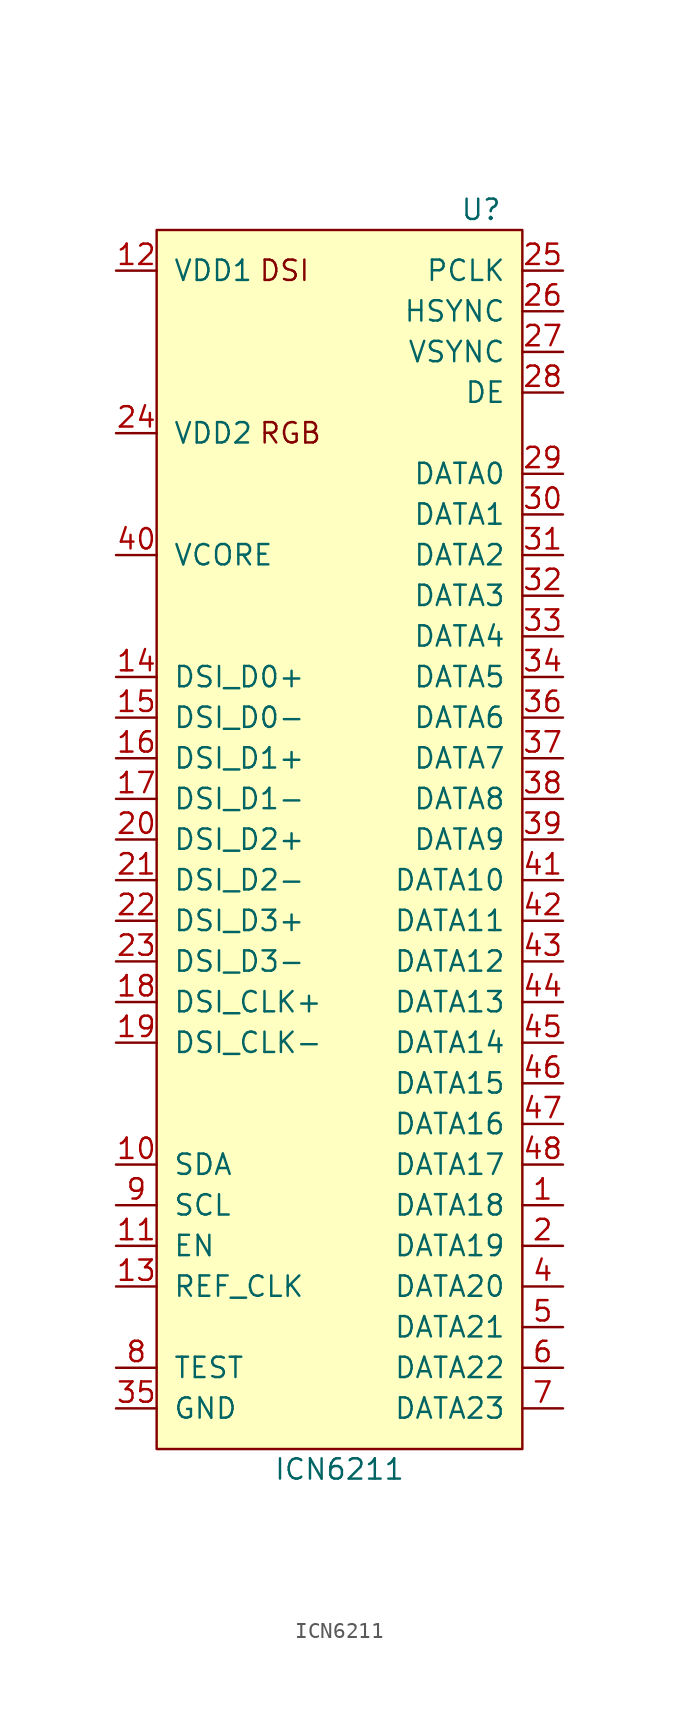
<source format=kicad_sym>
(kicad_symbol_lib
  (version 20220914)
  (generator kicad_symbol_editor)
  (symbol "ICN6211"
    (pin_names
      (offset 1.016))
    (property "Reference" "U"
      (at 10.16 39.37 0)
      (effects (font (size 1.27 1.27)) (justify right)))
    (property "Value" "ICN6211"
      (at 0 -39.37 0)
      (effects (font (size 1.27 1.27))))
    (symbol "ICN6211_0_0"
      (text "DSI" (at -5.08 35.56 0) (effects (font (size 1.27 1.27)) (justify left)))
      (text "RGB" (at -5.08 25.4 0) (effects (font (size 1.27 1.27)) (justify left))))
    (symbol "ICN6211_0_1"
      (rectangle (start -11.43 38.1) (end 11.43 -38.1) (stroke (width 0) (type solid)) (fill (type background))))
    (symbol "ICN6211_1_1"
      (pin output line (at 13.97 -22.86 180) (length 2.54) (name "DATA18" (effects (font (size 1.27 1.27)))) (number "1" (effects (font (size 1.27 1.27)))))
      (pin bidirectional line (at -13.97 -20.32 0) (length 2.54) (name "SDA" (effects (font (size 1.27 1.27)))) (number "10" (effects (font (size 1.27 1.27)))))
      (pin input line (at -13.97 -25.4 0) (length 2.54) (name "EN" (effects (font (size 1.27 1.27)))) (number "11" (effects (font (size 1.27 1.27)))))
      (pin power_in line (at -13.97 35.56 0) (length 2.54) (name "VDD1" (effects (font (size 1.27 1.27)))) (number "12" (effects (font (size 1.27 1.27)))))
      (pin input line (at -13.97 -27.94 0) (length 2.54) (name "REF_CLK" (effects (font (size 1.27 1.27)))) (number "13" (effects (font (size 1.27 1.27)))))
      (pin bidirectional line (at -13.97 10.16 0) (length 2.54) (name "DSI_D0+" (effects (font (size 1.27 1.27)))) (number "14" (effects (font (size 1.27 1.27)))))
      (pin bidirectional line (at -13.97 7.62 0) (length 2.54) (name "DSI_D0-" (effects (font (size 1.27 1.27)))) (number "15" (effects (font (size 1.27 1.27)))))
      (pin bidirectional line (at -13.97 5.08 0) (length 2.54) (name "DSI_D1+" (effects (font (size 1.27 1.27)))) (number "16" (effects (font (size 1.27 1.27)))))
      (pin bidirectional line (at -13.97 2.54 0) (length 2.54) (name "DSI_D1-" (effects (font (size 1.27 1.27)))) (number "17" (effects (font (size 1.27 1.27)))))
      (pin bidirectional line (at -13.97 -10.16 0) (length 2.54) (name "DSI_CLK+" (effects (font (size 1.27 1.27)))) (number "18" (effects (font (size 1.27 1.27)))))
      (pin bidirectional line (at -13.97 -12.7 0) (length 2.54) (name "DSI_CLK-" (effects (font (size 1.27 1.27)))) (number "19" (effects (font (size 1.27 1.27)))))
      (pin output line (at 13.97 -25.4 180) (length 2.54) (name "DATA19" (effects (font (size 1.27 1.27)))) (number "2" (effects (font (size 1.27 1.27)))))
      (pin bidirectional line (at -13.97 0 0) (length 2.54) (name "DSI_D2+" (effects (font (size 1.27 1.27)))) (number "20" (effects (font (size 1.27 1.27)))))
      (pin bidirectional line (at -13.97 -2.54 0) (length 2.54) (name "DSI_D2-" (effects (font (size 1.27 1.27)))) (number "21" (effects (font (size 1.27 1.27)))))
      (pin bidirectional line (at -13.97 -5.08 0) (length 2.54) (name "DSI_D3+" (effects (font (size 1.27 1.27)))) (number "22" (effects (font (size 1.27 1.27)))))
      (pin bidirectional line (at -13.97 -7.62 0) (length 2.54) (name "DSI_D3-" (effects (font (size 1.27 1.27)))) (number "23" (effects (font (size 1.27 1.27)))))
      (pin power_in line (at -13.97 25.4 0) (length 2.54) (name "VDD2" (effects (font (size 1.27 1.27)))) (number "24" (effects (font (size 1.27 1.27)))))
      (pin output line (at 13.97 35.56 180) (length 2.54) (name "PCLK" (effects (font (size 1.27 1.27)))) (number "25" (effects (font (size 1.27 1.27)))))
      (pin output line (at 13.97 33.02 180) (length 2.54) (name "HSYNC" (effects (font (size 1.27 1.27)))) (number "26" (effects (font (size 1.27 1.27)))))
      (pin output line (at 13.97 30.48 180) (length 2.54) (name "VSYNC" (effects (font (size 1.27 1.27)))) (number "27" (effects (font (size 1.27 1.27)))))
      (pin output line (at 13.97 27.94 180) (length 2.54) (name "DE" (effects (font (size 1.27 1.27)))) (number "28" (effects (font (size 1.27 1.27)))))
      (pin output line (at 13.97 22.86 180) (length 2.54) (name "DATA0" (effects (font (size 1.27 1.27)))) (number "29" (effects (font (size 1.27 1.27)))))
      (pin passive line (at -13.97 25.4 0) (length 2.54) hide (name "VDD3" (effects (font (size 1.27 1.27)))) (number "3" (effects (font (size 1.27 1.27)))))
      (pin output line (at 13.97 20.32 180) (length 2.54) (name "DATA1" (effects (font (size 1.27 1.27)))) (number "30" (effects (font (size 1.27 1.27)))))
      (pin output line (at 13.97 17.78 180) (length 2.54) (name "DATA2" (effects (font (size 1.27 1.27)))) (number "31" (effects (font (size 1.27 1.27)))))
      (pin output line (at 13.97 15.24 180) (length 2.54) (name "DATA3" (effects (font (size 1.27 1.27)))) (number "32" (effects (font (size 1.27 1.27)))))
      (pin output line (at 13.97 12.7 180) (length 2.54) (name "DATA4" (effects (font (size 1.27 1.27)))) (number "33" (effects (font (size 1.27 1.27)))))
      (pin output line (at 13.97 10.16 180) (length 2.54) (name "DATA5" (effects (font (size 1.27 1.27)))) (number "34" (effects (font (size 1.27 1.27)))))
      (pin power_in line (at -13.97 -35.56 0) (length 2.54) (name "GND" (effects (font (size 1.27 1.27)))) (number "35" (effects (font (size 1.27 1.27)))))
      (pin output line (at 13.97 7.62 180) (length 2.54) (name "DATA6" (effects (font (size 1.27 1.27)))) (number "36" (effects (font (size 1.27 1.27)))))
      (pin output line (at 13.97 5.08 180) (length 2.54) (name "DATA7" (effects (font (size 1.27 1.27)))) (number "37" (effects (font (size 1.27 1.27)))))
      (pin output line (at 13.97 2.54 180) (length 2.54) (name "DATA8" (effects (font (size 1.27 1.27)))) (number "38" (effects (font (size 1.27 1.27)))))
      (pin output line (at 13.97 0 180) (length 2.54) (name "DATA9" (effects (font (size 1.27 1.27)))) (number "39" (effects (font (size 1.27 1.27)))))
      (pin output line (at 13.97 -27.94 180) (length 2.54) (name "DATA20" (effects (font (size 1.27 1.27)))) (number "4" (effects (font (size 1.27 1.27)))))
      (pin power_out line (at -13.97 17.78 0) (length 2.54) (name "VCORE" (effects (font (size 1.27 1.27)))) (number "40" (effects (font (size 1.27 1.27)))))
      (pin output line (at 13.97 -2.54 180) (length 2.54) (name "DATA10" (effects (font (size 1.27 1.27)))) (number "41" (effects (font (size 1.27 1.27)))))
      (pin output line (at 13.97 -5.08 180) (length 2.54) (name "DATA11" (effects (font (size 1.27 1.27)))) (number "42" (effects (font (size 1.27 1.27)))))
      (pin output line (at 13.97 -7.62 180) (length 2.54) (name "DATA12" (effects (font (size 1.27 1.27)))) (number "43" (effects (font (size 1.27 1.27)))))
      (pin output line (at 13.97 -10.16 180) (length 2.54) (name "DATA13" (effects (font (size 1.27 1.27)))) (number "44" (effects (font (size 1.27 1.27)))))
      (pin output line (at 13.97 -12.7 180) (length 2.54) (name "DATA14" (effects (font (size 1.27 1.27)))) (number "45" (effects (font (size 1.27 1.27)))))
      (pin output line (at 13.97 -15.24 180) (length 2.54) (name "DATA15" (effects (font (size 1.27 1.27)))) (number "46" (effects (font (size 1.27 1.27)))))
      (pin output line (at 13.97 -17.78 180) (length 2.54) (name "DATA16" (effects (font (size 1.27 1.27)))) (number "47" (effects (font (size 1.27 1.27)))))
      (pin output line (at 13.97 -20.32 180) (length 2.54) (name "DATA17" (effects (font (size 1.27 1.27)))) (number "48" (effects (font (size 1.27 1.27)))))
      (pin passive line (at -13.97 -35.56 0) (length 2.54) hide (name "PAD" (effects (font (size 1.27 1.27)))) (number "49" (effects (font (size 1.27 1.27)))))
      (pin output line (at 13.97 -30.48 180) (length 2.54) (name "DATA21" (effects (font (size 1.27 1.27)))) (number "5" (effects (font (size 1.27 1.27)))))
      (pin output line (at 13.97 -33.02 180) (length 2.54) (name "DATA22" (effects (font (size 1.27 1.27)))) (number "6" (effects (font (size 1.27 1.27)))))
      (pin output line (at 13.97 -35.56 180) (length 2.54) (name "DATA23" (effects (font (size 1.27 1.27)))) (number "7" (effects (font (size 1.27 1.27)))))
      (pin input line (at -13.97 -33.02 0) (length 2.54) (name "TEST" (effects (font (size 1.27 1.27)))) (number "8" (effects (font (size 1.27 1.27)))))
      (pin input line (at -13.97 -22.86 0) (length 2.54) (name "SCL" (effects (font (size 1.27 1.27)))) (number "9" (effects (font (size 1.27 1.27))))))))
</source>
